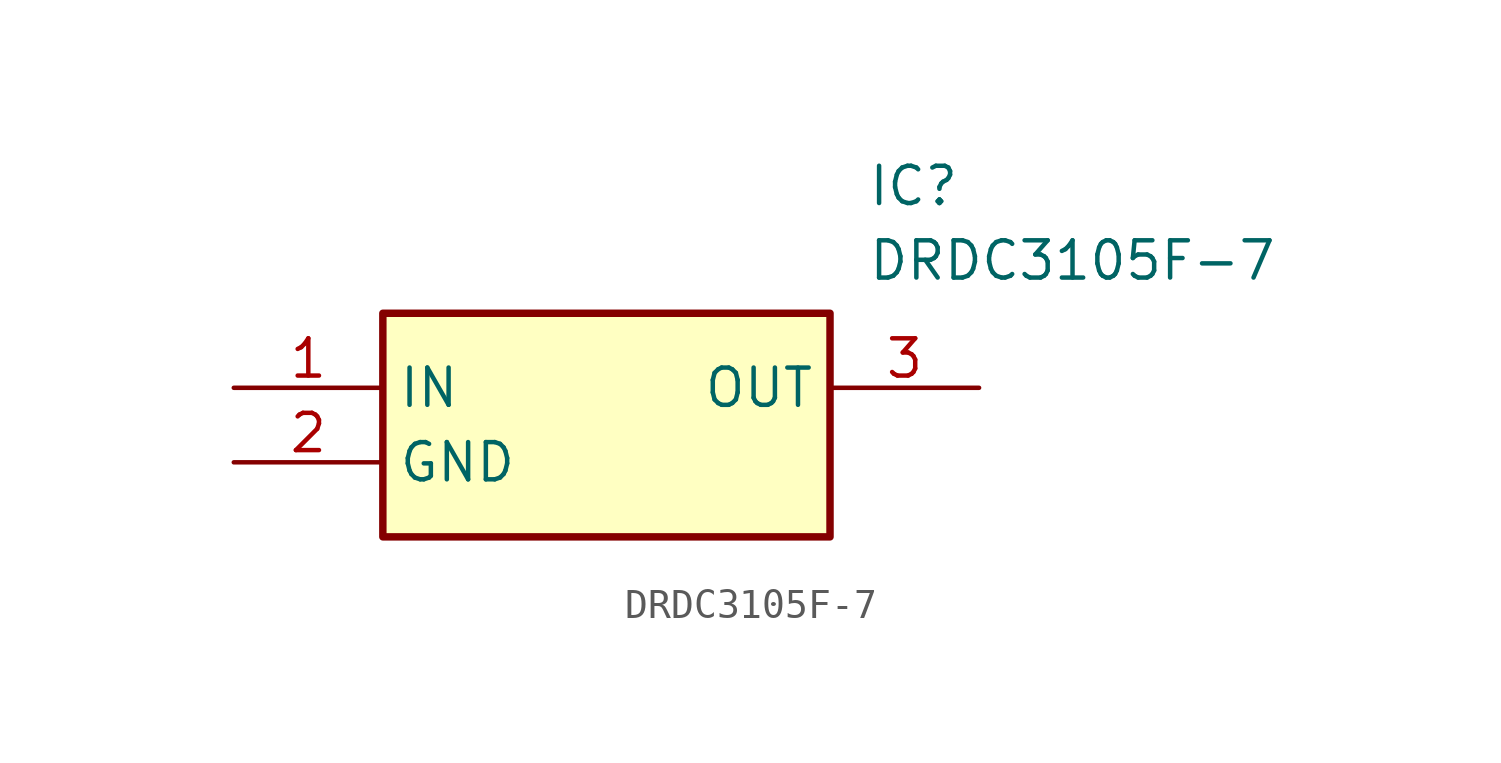
<source format=kicad_sym>
(kicad_symbol_lib
  (version 20231120)
  (generator "kicad_symbol_editor")
  (generator_version "8.0")
  (symbol "DRDC3105F-7"
    (property "Reference" "IC"
      (at 21.59 7.62 0)
      (effects (font (size 1.27 1.27)) (justify left top)))
    (property "Value" "DRDC3105F-7"
      (at 21.59 5.08 0)
      (effects (font (size 1.27 1.27)) (justify left top)))
    (symbol "DRDC3105F-7_1_1"
      (rectangle (start 5.08 2.54) (end 20.32 -5.08) (stroke (width 0.254) (type default)) (fill (type background)))
      (pin passive line (at 0 0 0) (length 5.08) (name "IN" (effects (font (size 1.27 1.27)))) (number "1" (effects (font (size 1.27 1.27)))))
      (pin passive line (at 0 -2.54 0) (length 5.08) (name "GND" (effects (font (size 1.27 1.27)))) (number "2" (effects (font (size 1.27 1.27)))))
      (pin passive line (at 25.4 0 180) (length 5.08) (name "OUT" (effects (font (size 1.27 1.27)))) (number "3" (effects (font (size 1.27 1.27))))))))
</source>
